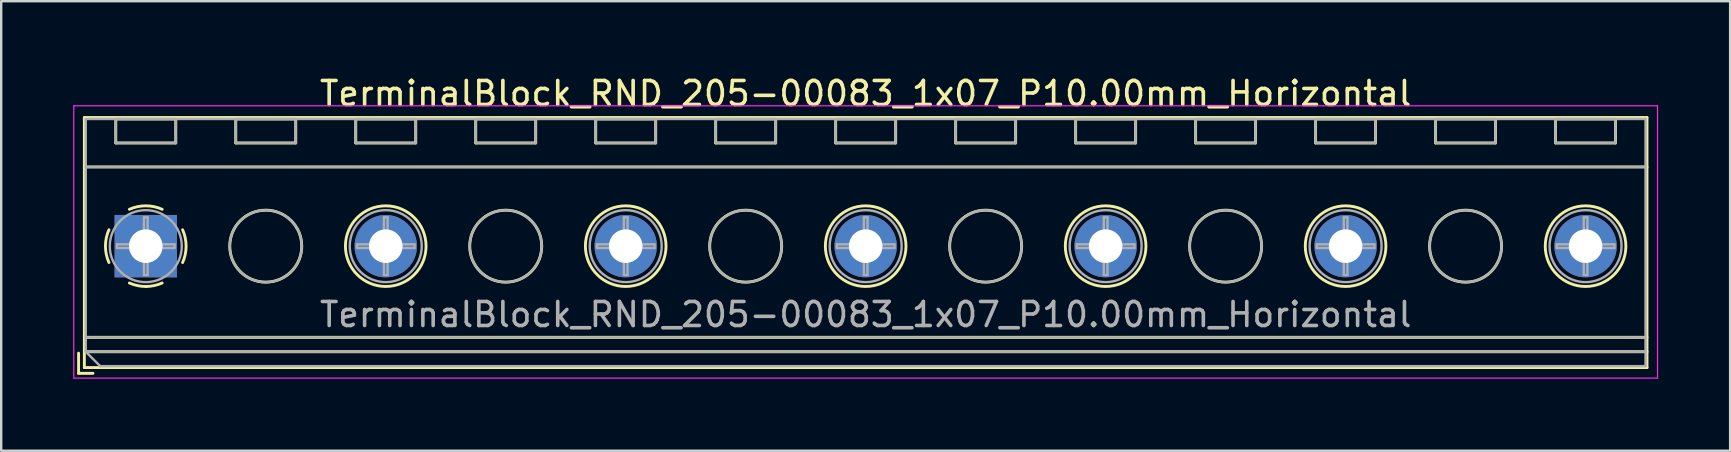
<source format=kicad_pcb>
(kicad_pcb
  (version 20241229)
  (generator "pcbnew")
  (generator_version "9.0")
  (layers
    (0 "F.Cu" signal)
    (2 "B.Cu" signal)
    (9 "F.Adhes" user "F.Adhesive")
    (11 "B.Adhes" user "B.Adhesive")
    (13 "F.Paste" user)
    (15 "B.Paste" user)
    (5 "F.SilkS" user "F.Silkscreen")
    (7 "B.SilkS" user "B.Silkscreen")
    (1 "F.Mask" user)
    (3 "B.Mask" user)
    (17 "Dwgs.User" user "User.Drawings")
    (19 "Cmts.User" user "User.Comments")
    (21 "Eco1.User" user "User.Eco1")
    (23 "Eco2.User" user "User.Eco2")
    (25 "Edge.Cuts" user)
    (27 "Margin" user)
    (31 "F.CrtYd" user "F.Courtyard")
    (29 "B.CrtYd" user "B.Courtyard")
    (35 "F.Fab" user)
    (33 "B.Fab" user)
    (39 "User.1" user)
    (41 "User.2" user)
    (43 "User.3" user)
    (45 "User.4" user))
  (footprint "TerminalBlock_RND_205-00083_1x07_P10.00mm_Horizontal"
    (layer "F.Cu")
    (at 3.025 7.208)
    (property "Reference" "TerminalBlock_RND_205-00083_1x07_P10.00mm_Horizontal" (at 30 -6.36 0) (layer "F.SilkS") (effects (font (size 1 1) (thickness 0.15))))
    (attr through_hole)
    (fp_line (start -2.8 4.46) (end -2.8 5.3) (stroke (width 0.12) (type solid)) (layer "F.SilkS"))
    (fp_line (start -2.8 5.3) (end -2.2 5.3) (stroke (width 0.12) (type solid)) (layer "F.SilkS"))
    (fp_line (start -2.56 -5.36) (end -2.56 5.06) (stroke (width 0.12) (type solid)) (layer "F.SilkS"))
    (fp_line (start -2.56 -5.36) (end 62.56 -5.36) (stroke (width 0.12) (type solid)) (layer "F.SilkS"))
    (fp_line (start -2.56 -3.301) (end 62.56 -3.301) (stroke (width 0.12) (type solid)) (layer "F.SilkS"))
    (fp_line (start -2.56 3.8) (end 62.56 3.8) (stroke (width 0.12) (type solid)) (layer "F.SilkS"))
    (fp_line (start -2.56 4.4) (end 62.56 4.4) (stroke (width 0.12) (type solid)) (layer "F.SilkS"))
    (fp_line (start -2.56 5.06) (end 62.56 5.06) (stroke (width 0.12) (type solid)) (layer "F.SilkS"))
    (fp_line (start -1.25 -5.301) (end -1.25 -4.301) (stroke (width 0.12) (type solid)) (layer "F.SilkS"))
    (fp_line (start -1.25 -5.301) (end 1.25 -5.301) (stroke (width 0.12) (type solid)) (layer "F.SilkS"))
    (fp_line (start -1.25 -4.301) (end 1.25 -4.301) (stroke (width 0.12) (type solid)) (layer "F.SilkS"))
    (fp_line (start 1.25 -5.301) (end 1.25 -4.301) (stroke (width 0.12) (type solid)) (layer "F.SilkS"))
    (fp_line (start 3.75 -5.301) (end 3.75 -4.301) (stroke (width 0.12) (type solid)) (layer "F.SilkS"))
    (fp_line (start 3.75 -5.301) (end 6.25 -5.301) (stroke (width 0.12) (type solid)) (layer "F.SilkS"))
    (fp_line (start 3.75 -4.301) (end 6.25 -4.301) (stroke (width 0.12) (type solid)) (layer "F.SilkS"))
    (fp_line (start 6.25 -5.301) (end 6.25 -4.301) (stroke (width 0.12) (type solid)) (layer "F.SilkS"))
    (fp_line (start 8.75 -5.301) (end 8.75 -4.301) (stroke (width 0.12) (type solid)) (layer "F.SilkS"))
    (fp_line (start 8.75 -5.301) (end 11.25 -5.301) (stroke (width 0.12) (type solid)) (layer "F.SilkS"))
    (fp_line (start 8.75 -4.301) (end 11.25 -4.301) (stroke (width 0.12) (type solid)) (layer "F.SilkS"))
    (fp_line (start 11.25 -5.301) (end 11.25 -4.301) (stroke (width 0.12) (type solid)) (layer "F.SilkS"))
    (fp_line (start 13.75 -5.301) (end 13.75 -4.301) (stroke (width 0.12) (type solid)) (layer "F.SilkS"))
    (fp_line (start 13.75 -5.301) (end 16.25 -5.301) (stroke (width 0.12) (type solid)) (layer "F.SilkS"))
    (fp_line (start 13.75 -4.301) (end 16.25 -4.301) (stroke (width 0.12) (type solid)) (layer "F.SilkS"))
    (fp_line (start 16.25 -5.301) (end 16.25 -4.301) (stroke (width 0.12) (type solid)) (layer "F.SilkS"))
    (fp_line (start 18.75 -5.301) (end 18.75 -4.301) (stroke (width 0.12) (type solid)) (layer "F.SilkS"))
    (fp_line (start 18.75 -5.301) (end 21.25 -5.301) (stroke (width 0.12) (type solid)) (layer "F.SilkS"))
    (fp_line (start 18.75 -4.301) (end 21.25 -4.301) (stroke (width 0.12) (type solid)) (layer "F.SilkS"))
    (fp_line (start 21.25 -5.301) (end 21.25 -4.301) (stroke (width 0.12) (type solid)) (layer "F.SilkS"))
    (fp_line (start 23.75 -5.301) (end 23.75 -4.301) (stroke (width 0.12) (type solid)) (layer "F.SilkS"))
    (fp_line (start 23.75 -5.301) (end 26.25 -5.301) (stroke (width 0.12) (type solid)) (layer "F.SilkS"))
    (fp_line (start 23.75 -4.301) (end 26.25 -4.301) (stroke (width 0.12) (type solid)) (layer "F.SilkS"))
    (fp_line (start 26.25 -5.301) (end 26.25 -4.301) (stroke (width 0.12) (type solid)) (layer "F.SilkS"))
    (fp_line (start 28.75 -5.301) (end 28.75 -4.301) (stroke (width 0.12) (type solid)) (layer "F.SilkS"))
    (fp_line (start 28.75 -5.301) (end 31.25 -5.301) (stroke (width 0.12) (type solid)) (layer "F.SilkS"))
    (fp_line (start 28.75 -4.301) (end 31.25 -4.301) (stroke (width 0.12) (type solid)) (layer "F.SilkS"))
    (fp_line (start 31.25 -5.301) (end 31.25 -4.301) (stroke (width 0.12) (type solid)) (layer "F.SilkS"))
    (fp_line (start 33.75 -5.301) (end 33.75 -4.301) (stroke (width 0.12) (type solid)) (layer "F.SilkS"))
    (fp_line (start 33.75 -5.301) (end 36.25 -5.301) (stroke (width 0.12) (type solid)) (layer "F.SilkS"))
    (fp_line (start 33.75 -4.301) (end 36.25 -4.301) (stroke (width 0.12) (type solid)) (layer "F.SilkS"))
    (fp_line (start 36.25 -5.301) (end 36.25 -4.301) (stroke (width 0.12) (type solid)) (layer "F.SilkS"))
    (fp_line (start 38.75 -5.301) (end 38.75 -4.301) (stroke (width 0.12) (type solid)) (layer "F.SilkS"))
    (fp_line (start 38.75 -5.301) (end 41.25 -5.301) (stroke (width 0.12) (type solid)) (layer "F.SilkS"))
    (fp_line (start 38.75 -4.301) (end 41.25 -4.301) (stroke (width 0.12) (type solid)) (layer "F.SilkS"))
    (fp_line (start 41.25 -5.301) (end 41.25 -4.301) (stroke (width 0.12) (type solid)) (layer "F.SilkS"))
    (fp_line (start 43.75 -5.301) (end 43.75 -4.301) (stroke (width 0.12) (type solid)) (layer "F.SilkS"))
    (fp_line (start 43.75 -5.301) (end 46.25 -5.301) (stroke (width 0.12) (type solid)) (layer "F.SilkS"))
    (fp_line (start 43.75 -4.301) (end 46.25 -4.301) (stroke (width 0.12) (type solid)) (layer "F.SilkS"))
    (fp_line (start 46.25 -5.301) (end 46.25 -4.301) (stroke (width 0.12) (type solid)) (layer "F.SilkS"))
    (fp_line (start 48.75 -5.301) (end 48.75 -4.301) (stroke (width 0.12) (type solid)) (layer "F.SilkS"))
    (fp_line (start 48.75 -5.301) (end 51.25 -5.301) (stroke (width 0.12) (type solid)) (layer "F.SilkS"))
    (fp_line (start 48.75 -4.301) (end 51.25 -4.301) (stroke (width 0.12) (type solid)) (layer "F.SilkS"))
    (fp_line (start 51.25 -5.301) (end 51.25 -4.301) (stroke (width 0.12) (type solid)) (layer "F.SilkS"))
    (fp_line (start 53.75 -5.301) (end 53.75 -4.301) (stroke (width 0.12) (type solid)) (layer "F.SilkS"))
    (fp_line (start 53.75 -5.301) (end 56.25 -5.301) (stroke (width 0.12) (type solid)) (layer "F.SilkS"))
    (fp_line (start 53.75 -4.301) (end 56.25 -4.301) (stroke (width 0.12) (type solid)) (layer "F.SilkS"))
    (fp_line (start 56.25 -5.301) (end 56.25 -4.301) (stroke (width 0.12) (type solid)) (layer "F.SilkS"))
    (fp_line (start 58.75 -5.301) (end 58.75 -4.301) (stroke (width 0.12) (type solid)) (layer "F.SilkS"))
    (fp_line (start 58.75 -5.301) (end 61.25 -5.301) (stroke (width 0.12) (type solid)) (layer "F.SilkS"))
    (fp_line (start 58.75 -4.301) (end 61.25 -4.301) (stroke (width 0.12) (type solid)) (layer "F.SilkS"))
    (fp_line (start 61.25 -5.301) (end 61.25 -4.301) (stroke (width 0.12) (type solid)) (layer "F.SilkS"))
    (fp_line (start 62.56 -5.36) (end 62.56 5.06) (stroke (width 0.12) (type solid)) (layer "F.SilkS"))
    (fp_arc (start -1.535427 0.683042) (mid -1.680501 -0.000524) (end -1.535 -0.684) (stroke (width 0.12) (type solid)) (layer "F.SilkS"))
    (fp_arc (start -0.683042 -1.535427) (mid 0.000524 -1.680501) (end 0.684 -1.535) (stroke (width 0.12) (type solid)) (layer "F.SilkS"))
    (fp_arc (start 0.028805 1.680253) (mid -0.335551 1.646659) (end -0.684 1.535) (stroke (width 0.12) (type solid)) (layer "F.SilkS"))
    (fp_arc (start 0.683318 1.534756) (mid 0.349292 1.643288) (end 0 1.68) (stroke (width 0.12) (type solid)) (layer "F.SilkS"))
    (fp_arc (start 1.535427 -0.683042) (mid 1.680501 0.000524) (end 1.535 0.684) (stroke (width 0.12) (type solid)) (layer "F.SilkS"))
    (fp_circle (center 5 0) (end 6.5 0) (stroke (width 0.12) (type solid)) (fill no) (layer "F.SilkS"))
    (fp_circle (center 10 0) (end 11.68 0) (stroke (width 0.12) (type solid)) (fill no) (layer "F.SilkS"))
    (fp_circle (center 15 0) (end 16.5 0) (stroke (width 0.12) (type solid)) (fill no) (layer "F.SilkS"))
    (fp_circle (center 20 0) (end 21.68 0) (stroke (width 0.12) (type solid)) (fill no) (layer "F.SilkS"))
    (fp_circle (center 25 0) (end 26.5 0) (stroke (width 0.12) (type solid)) (fill no) (layer "F.SilkS"))
    (fp_circle (center 30 0) (end 31.68 0) (stroke (width 0.12) (type solid)) (fill no) (layer "F.SilkS"))
    (fp_circle (center 35 0) (end 36.5 0) (stroke (width 0.12) (type solid)) (fill no) (layer "F.SilkS"))
    (fp_circle (center 40 0) (end 41.68 0) (stroke (width 0.12) (type solid)) (fill no) (layer "F.SilkS"))
    (fp_circle (center 45 0) (end 46.5 0) (stroke (width 0.12) (type solid)) (fill no) (layer "F.SilkS"))
    (fp_circle (center 50 0) (end 51.68 0) (stroke (width 0.12) (type solid)) (fill no) (layer "F.SilkS"))
    (fp_circle (center 55 0) (end 56.5 0) (stroke (width 0.12) (type solid)) (fill no) (layer "F.SilkS"))
    (fp_circle (center 60 0) (end 61.68 0) (stroke (width 0.12) (type solid)) (fill no) (layer "F.SilkS"))
    (fp_line (start -3 -5.85) (end -3 5.5) (stroke (width 0.05) (type solid)) (layer "F.CrtYd"))
    (fp_line (start -3 5.5) (end 63 5.5) (stroke (width 0.05) (type solid)) (layer "F.CrtYd"))
    (fp_line (start 63 -5.85) (end -3 -5.85) (stroke (width 0.05) (type solid)) (layer "F.CrtYd"))
    (fp_line (start 63 5.5) (end 63 -5.85) (stroke (width 0.05) (type solid)) (layer "F.CrtYd"))
    (fp_line (start -2.5 -5.3) (end 62.5 -5.3) (stroke (width 0.1) (type solid)) (layer "F.Fab"))
    (fp_line (start -2.5 -3.3) (end 62.5 -3.3) (stroke (width 0.1) (type solid)) (layer "F.Fab"))
    (fp_line (start -2.5 3.8) (end 62.5 3.8) (stroke (width 0.1) (type solid)) (layer "F.Fab"))
    (fp_line (start -2.5 4.4) (end -2.5 -5.3) (stroke (width 0.1) (type solid)) (layer "F.Fab"))
    (fp_line (start -2.5 4.4) (end 62.5 4.4) (stroke (width 0.1) (type solid)) (layer "F.Fab"))
    (fp_line (start -1.9 5) (end -2.5 4.4) (stroke (width 0.1) (type solid)) (layer "F.Fab"))
    (fp_line (start -1.25 -5.3) (end -1.25 -4.3) (stroke (width 0.1) (type solid)) (layer "F.Fab"))
    (fp_line (start -1.25 -4.3) (end 1.25 -4.3) (stroke (width 0.1) (type solid)) (layer "F.Fab"))
    (fp_line (start -1.201 -0.076) (end -0.076 -0.076) (stroke (width 0.1) (type solid)) (layer "F.Fab"))
    (fp_line (start -1.201 0.076) (end -1.201 -0.076) (stroke (width 0.1) (type solid)) (layer "F.Fab"))
    (fp_line (start -0.076 -1.201) (end 0.076 -1.201) (stroke (width 0.1) (type solid)) (layer "F.Fab"))
    (fp_line (start -0.076 -0.076) (end -0.076 -1.201) (stroke (width 0.1) (type solid)) (layer "F.Fab"))
    (fp_line (start -0.076 0.076) (end -1.201 0.076) (stroke (width 0.1) (type solid)) (layer "F.Fab"))
    (fp_line (start -0.076 1.201) (end -0.076 0.076) (stroke (width 0.1) (type solid)) (layer "F.Fab"))
    (fp_line (start 0.076 -1.201) (end 0.076 -0.076) (stroke (width 0.1) (type solid)) (layer "F.Fab"))
    (fp_line (start 0.076 -0.076) (end 1.201 -0.076) (stroke (width 0.1) (type solid)) (layer "F.Fab"))
    (fp_line (start 0.076 0.076) (end 0.076 1.201) (stroke (width 0.1) (type solid)) (layer "F.Fab"))
    (fp_line (start 0.076 1.201) (end -0.076 1.201) (stroke (width 0.1) (type solid)) (layer "F.Fab"))
    (fp_line (start 1.201 -0.076) (end 1.201 0.076) (stroke (width 0.1) (type solid)) (layer "F.Fab"))
    (fp_line (start 1.201 0.076) (end 0.076 0.076) (stroke (width 0.1) (type solid)) (layer "F.Fab"))
    (fp_line (start 1.25 -5.3) (end -1.25 -5.3) (stroke (width 0.1) (type solid)) (layer "F.Fab"))
    (fp_line (start 1.25 -4.3) (end 1.25 -5.3) (stroke (width 0.1) (type solid)) (layer "F.Fab"))
    (fp_line (start 3.75 -5.3) (end 3.75 -4.3) (stroke (width 0.1) (type solid)) (layer "F.Fab"))
    (fp_line (start 3.75 -4.3) (end 6.25 -4.3) (stroke (width 0.1) (type solid)) (layer "F.Fab"))
    (fp_line (start 6.25 -5.3) (end 3.75 -5.3) (stroke (width 0.1) (type solid)) (layer "F.Fab"))
    (fp_line (start 6.25 -4.3) (end 6.25 -5.3) (stroke (width 0.1) (type solid)) (layer "F.Fab"))
    (fp_line (start 8.75 -5.3) (end 8.75 -4.3) (stroke (width 0.1) (type solid)) (layer "F.Fab"))
    (fp_line (start 8.75 -4.3) (end 11.25 -4.3) (stroke (width 0.1) (type solid)) (layer "F.Fab"))
    (fp_line (start 8.799 -0.076) (end 9.924 -0.076) (stroke (width 0.1) (type solid)) (layer "F.Fab"))
    (fp_line (start 8.799 0.076) (end 8.799 -0.076) (stroke (width 0.1) (type solid)) (layer "F.Fab"))
    (fp_line (start 9.924 -1.201) (end 10.076 -1.201) (stroke (width 0.1) (type solid)) (layer "F.Fab"))
    (fp_line (start 9.924 -0.076) (end 9.924 -1.201) (stroke (width 0.1) (type solid)) (layer "F.Fab"))
    (fp_line (start 9.924 0.076) (end 8.799 0.076) (stroke (width 0.1) (type solid)) (layer "F.Fab"))
    (fp_line (start 9.924 1.201) (end 9.924 0.076) (stroke (width 0.1) (type solid)) (layer "F.Fab"))
    (fp_line (start 10.076 -1.201) (end 10.076 -0.076) (stroke (width 0.1) (type solid)) (layer "F.Fab"))
    (fp_line (start 10.076 -0.076) (end 11.201 -0.076) (stroke (width 0.1) (type solid)) (layer "F.Fab"))
    (fp_line (start 10.076 0.076) (end 10.076 1.201) (stroke (width 0.1) (type solid)) (layer "F.Fab"))
    (fp_line (start 10.076 1.201) (end 9.924 1.201) (stroke (width 0.1) (type solid)) (layer "F.Fab"))
    (fp_line (start 11.201 -0.076) (end 11.201 0.076) (stroke (width 0.1) (type solid)) (layer "F.Fab"))
    (fp_line (start 11.201 0.076) (end 10.076 0.076) (stroke (width 0.1) (type solid)) (layer "F.Fab"))
    (fp_line (start 11.25 -5.3) (end 8.75 -5.3) (stroke (width 0.1) (type solid)) (layer "F.Fab"))
    (fp_line (start 11.25 -4.3) (end 11.25 -5.3) (stroke (width 0.1) (type solid)) (layer "F.Fab"))
    (fp_line (start 13.75 -5.3) (end 13.75 -4.3) (stroke (width 0.1) (type solid)) (layer "F.Fab"))
    (fp_line (start 13.75 -4.3) (end 16.25 -4.3) (stroke (width 0.1) (type solid)) (layer "F.Fab"))
    (fp_line (start 16.25 -5.3) (end 13.75 -5.3) (stroke (width 0.1) (type solid)) (layer "F.Fab"))
    (fp_line (start 16.25 -4.3) (end 16.25 -5.3) (stroke (width 0.1) (type solid)) (layer "F.Fab"))
    (fp_line (start 18.75 -5.3) (end 18.75 -4.3) (stroke (width 0.1) (type solid)) (layer "F.Fab"))
    (fp_line (start 18.75 -4.3) (end 21.25 -4.3) (stroke (width 0.1) (type solid)) (layer "F.Fab"))
    (fp_line (start 18.799 -0.076) (end 19.924 -0.076) (stroke (width 0.1) (type solid)) (layer "F.Fab"))
    (fp_line (start 18.799 0.076) (end 18.799 -0.076) (stroke (width 0.1) (type solid)) (layer "F.Fab"))
    (fp_line (start 19.924 -1.201) (end 20.076 -1.201) (stroke (width 0.1) (type solid)) (layer "F.Fab"))
    (fp_line (start 19.924 -0.076) (end 19.924 -1.201) (stroke (width 0.1) (type solid)) (layer "F.Fab"))
    (fp_line (start 19.924 0.076) (end 18.799 0.076) (stroke (width 0.1) (type solid)) (layer "F.Fab"))
    (fp_line (start 19.924 1.201) (end 19.924 0.076) (stroke (width 0.1) (type solid)) (layer "F.Fab"))
    (fp_line (start 20.076 -1.201) (end 20.076 -0.076) (stroke (width 0.1) (type solid)) (layer "F.Fab"))
    (fp_line (start 20.076 -0.076) (end 21.201 -0.076) (stroke (width 0.1) (type solid)) (layer "F.Fab"))
    (fp_line (start 20.076 0.076) (end 20.076 1.201) (stroke (width 0.1) (type solid)) (layer "F.Fab"))
    (fp_line (start 20.076 1.201) (end 19.924 1.201) (stroke (width 0.1) (type solid)) (layer "F.Fab"))
    (fp_line (start 21.201 -0.076) (end 21.201 0.076) (stroke (width 0.1) (type solid)) (layer "F.Fab"))
    (fp_line (start 21.201 0.076) (end 20.076 0.076) (stroke (width 0.1) (type solid)) (layer "F.Fab"))
    (fp_line (start 21.25 -5.3) (end 18.75 -5.3) (stroke (width 0.1) (type solid)) (layer "F.Fab"))
    (fp_line (start 21.25 -4.3) (end 21.25 -5.3) (stroke (width 0.1) (type solid)) (layer "F.Fab"))
    (fp_line (start 23.75 -5.3) (end 23.75 -4.3) (stroke (width 0.1) (type solid)) (layer "F.Fab"))
    (fp_line (start 23.75 -4.3) (end 26.25 -4.3) (stroke (width 0.1) (type solid)) (layer "F.Fab"))
    (fp_line (start 26.25 -5.3) (end 23.75 -5.3) (stroke (width 0.1) (type solid)) (layer "F.Fab"))
    (fp_line (start 26.25 -4.3) (end 26.25 -5.3) (stroke (width 0.1) (type solid)) (layer "F.Fab"))
    (fp_line (start 28.75 -5.3) (end 28.75 -4.3) (stroke (width 0.1) (type solid)) (layer "F.Fab"))
    (fp_line (start 28.75 -4.3) (end 31.25 -4.3) (stroke (width 0.1) (type solid)) (layer "F.Fab"))
    (fp_line (start 28.799 -0.076) (end 29.924 -0.076) (stroke (width 0.1) (type solid)) (layer "F.Fab"))
    (fp_line (start 28.799 0.076) (end 28.799 -0.076) (stroke (width 0.1) (type solid)) (layer "F.Fab"))
    (fp_line (start 29.924 -1.201) (end 30.076 -1.201) (stroke (width 0.1) (type solid)) (layer "F.Fab"))
    (fp_line (start 29.924 -0.076) (end 29.924 -1.201) (stroke (width 0.1) (type solid)) (layer "F.Fab"))
    (fp_line (start 29.924 0.076) (end 28.799 0.076) (stroke (width 0.1) (type solid)) (layer "F.Fab"))
    (fp_line (start 29.924 1.201) (end 29.924 0.076) (stroke (width 0.1) (type solid)) (layer "F.Fab"))
    (fp_line (start 30.076 -1.201) (end 30.076 -0.076) (stroke (width 0.1) (type solid)) (layer "F.Fab"))
    (fp_line (start 30.076 -0.076) (end 31.201 -0.076) (stroke (width 0.1) (type solid)) (layer "F.Fab"))
    (fp_line (start 30.076 0.076) (end 30.076 1.201) (stroke (width 0.1) (type solid)) (layer "F.Fab"))
    (fp_line (start 30.076 1.201) (end 29.924 1.201) (stroke (width 0.1) (type solid)) (layer "F.Fab"))
    (fp_line (start 31.201 -0.076) (end 31.201 0.076) (stroke (width 0.1) (type solid)) (layer "F.Fab"))
    (fp_line (start 31.201 0.076) (end 30.076 0.076) (stroke (width 0.1) (type solid)) (layer "F.Fab"))
    (fp_line (start 31.25 -5.3) (end 28.75 -5.3) (stroke (width 0.1) (type solid)) (layer "F.Fab"))
    (fp_line (start 31.25 -4.3) (end 31.25 -5.3) (stroke (width 0.1) (type solid)) (layer "F.Fab"))
    (fp_line (start 33.75 -5.3) (end 33.75 -4.3) (stroke (width 0.1) (type solid)) (layer "F.Fab"))
    (fp_line (start 33.75 -4.3) (end 36.25 -4.3) (stroke (width 0.1) (type solid)) (layer "F.Fab"))
    (fp_line (start 36.25 -5.3) (end 33.75 -5.3) (stroke (width 0.1) (type solid)) (layer "F.Fab"))
    (fp_line (start 36.25 -4.3) (end 36.25 -5.3) (stroke (width 0.1) (type solid)) (layer "F.Fab"))
    (fp_line (start 38.75 -5.3) (end 38.75 -4.3) (stroke (width 0.1) (type solid)) (layer "F.Fab"))
    (fp_line (start 38.75 -4.3) (end 41.25 -4.3) (stroke (width 0.1) (type solid)) (layer "F.Fab"))
    (fp_line (start 38.799 -0.076) (end 39.924 -0.076) (stroke (width 0.1) (type solid)) (layer "F.Fab"))
    (fp_line (start 38.799 0.076) (end 38.799 -0.076) (stroke (width 0.1) (type solid)) (layer "F.Fab"))
    (fp_line (start 39.924 -1.201) (end 40.076 -1.201) (stroke (width 0.1) (type solid)) (layer "F.Fab"))
    (fp_line (start 39.924 -0.076) (end 39.924 -1.201) (stroke (width 0.1) (type solid)) (layer "F.Fab"))
    (fp_line (start 39.924 0.076) (end 38.799 0.076) (stroke (width 0.1) (type solid)) (layer "F.Fab"))
    (fp_line (start 39.924 1.201) (end 39.924 0.076) (stroke (width 0.1) (type solid)) (layer "F.Fab"))
    (fp_line (start 40.076 -1.201) (end 40.076 -0.076) (stroke (width 0.1) (type solid)) (layer "F.Fab"))
    (fp_line (start 40.076 -0.076) (end 41.201 -0.076) (stroke (width 0.1) (type solid)) (layer "F.Fab"))
    (fp_line (start 40.076 0.076) (end 40.076 1.201) (stroke (width 0.1) (type solid)) (layer "F.Fab"))
    (fp_line (start 40.076 1.201) (end 39.924 1.201) (stroke (width 0.1) (type solid)) (layer "F.Fab"))
    (fp_line (start 41.201 -0.076) (end 41.201 0.076) (stroke (width 0.1) (type solid)) (layer "F.Fab"))
    (fp_line (start 41.201 0.076) (end 40.076 0.076) (stroke (width 0.1) (type solid)) (layer "F.Fab"))
    (fp_line (start 41.25 -5.3) (end 38.75 -5.3) (stroke (width 0.1) (type solid)) (layer "F.Fab"))
    (fp_line (start 41.25 -4.3) (end 41.25 -5.3) (stroke (width 0.1) (type solid)) (layer "F.Fab"))
    (fp_line (start 43.75 -5.3) (end 43.75 -4.3) (stroke (width 0.1) (type solid)) (layer "F.Fab"))
    (fp_line (start 43.75 -4.3) (end 46.25 -4.3) (stroke (width 0.1) (type solid)) (layer "F.Fab"))
    (fp_line (start 46.25 -5.3) (end 43.75 -5.3) (stroke (width 0.1) (type solid)) (layer "F.Fab"))
    (fp_line (start 46.25 -4.3) (end 46.25 -5.3) (stroke (width 0.1) (type solid)) (layer "F.Fab"))
    (fp_line (start 48.75 -5.3) (end 48.75 -4.3) (stroke (width 0.1) (type solid)) (layer "F.Fab"))
    (fp_line (start 48.75 -4.3) (end 51.25 -4.3) (stroke (width 0.1) (type solid)) (layer "F.Fab"))
    (fp_line (start 48.799 -0.076) (end 49.924 -0.076) (stroke (width 0.1) (type solid)) (layer "F.Fab"))
    (fp_line (start 48.799 0.076) (end 48.799 -0.076) (stroke (width 0.1) (type solid)) (layer "F.Fab"))
    (fp_line (start 49.924 -1.201) (end 50.076 -1.201) (stroke (width 0.1) (type solid)) (layer "F.Fab"))
    (fp_line (start 49.924 -0.076) (end 49.924 -1.201) (stroke (width 0.1) (type solid)) (layer "F.Fab"))
    (fp_line (start 49.924 0.076) (end 48.799 0.076) (stroke (width 0.1) (type solid)) (layer "F.Fab"))
    (fp_line (start 49.924 1.201) (end 49.924 0.076) (stroke (width 0.1) (type solid)) (layer "F.Fab"))
    (fp_line (start 50.076 -1.201) (end 50.076 -0.076) (stroke (width 0.1) (type solid)) (layer "F.Fab"))
    (fp_line (start 50.076 -0.076) (end 51.201 -0.076) (stroke (width 0.1) (type solid)) (layer "F.Fab"))
    (fp_line (start 50.076 0.076) (end 50.076 1.201) (stroke (width 0.1) (type solid)) (layer "F.Fab"))
    (fp_line (start 50.076 1.201) (end 49.924 1.201) (stroke (width 0.1) (type solid)) (layer "F.Fab"))
    (fp_line (start 51.201 -0.076) (end 51.201 0.076) (stroke (width 0.1) (type solid)) (layer "F.Fab"))
    (fp_line (start 51.201 0.076) (end 50.076 0.076) (stroke (width 0.1) (type solid)) (layer "F.Fab"))
    (fp_line (start 51.25 -5.3) (end 48.75 -5.3) (stroke (width 0.1) (type solid)) (layer "F.Fab"))
    (fp_line (start 51.25 -4.3) (end 51.25 -5.3) (stroke (width 0.1) (type solid)) (layer "F.Fab"))
    (fp_line (start 53.75 -5.3) (end 53.75 -4.3) (stroke (width 0.1) (type solid)) (layer "F.Fab"))
    (fp_line (start 53.75 -4.3) (end 56.25 -4.3) (stroke (width 0.1) (type solid)) (layer "F.Fab"))
    (fp_line (start 56.25 -5.3) (end 53.75 -5.3) (stroke (width 0.1) (type solid)) (layer "F.Fab"))
    (fp_line (start 56.25 -4.3) (end 56.25 -5.3) (stroke (width 0.1) (type solid)) (layer "F.Fab"))
    (fp_line (start 58.75 -5.3) (end 58.75 -4.3) (stroke (width 0.1) (type solid)) (layer "F.Fab"))
    (fp_line (start 58.75 -4.3) (end 61.25 -4.3) (stroke (width 0.1) (type solid)) (layer "F.Fab"))
    (fp_line (start 58.799 -0.076) (end 59.924 -0.076) (stroke (width 0.1) (type solid)) (layer "F.Fab"))
    (fp_line (start 58.799 0.076) (end 58.799 -0.076) (stroke (width 0.1) (type solid)) (layer "F.Fab"))
    (fp_line (start 59.924 -1.201) (end 60.076 -1.201) (stroke (width 0.1) (type solid)) (layer "F.Fab"))
    (fp_line (start 59.924 -0.076) (end 59.924 -1.201) (stroke (width 0.1) (type solid)) (layer "F.Fab"))
    (fp_line (start 59.924 0.076) (end 58.799 0.076) (stroke (width 0.1) (type solid)) (layer "F.Fab"))
    (fp_line (start 59.924 1.201) (end 59.924 0.076) (stroke (width 0.1) (type solid)) (layer "F.Fab"))
    (fp_line (start 60.076 -1.201) (end 60.076 -0.076) (stroke (width 0.1) (type solid)) (layer "F.Fab"))
    (fp_line (start 60.076 -0.076) (end 61.201 -0.076) (stroke (width 0.1) (type solid)) (layer "F.Fab"))
    (fp_line (start 60.076 0.076) (end 60.076 1.201) (stroke (width 0.1) (type solid)) (layer "F.Fab"))
    (fp_line (start 60.076 1.201) (end 59.924 1.201) (stroke (width 0.1) (type solid)) (layer "F.Fab"))
    (fp_line (start 61.201 -0.076) (end 61.201 0.076) (stroke (width 0.1) (type solid)) (layer "F.Fab"))
    (fp_line (start 61.201 0.076) (end 60.076 0.076) (stroke (width 0.1) (type solid)) (layer "F.Fab"))
    (fp_line (start 61.25 -5.3) (end 58.75 -5.3) (stroke (width 0.1) (type solid)) (layer "F.Fab"))
    (fp_line (start 61.25 -4.3) (end 61.25 -5.3) (stroke (width 0.1) (type solid)) (layer "F.Fab"))
    (fp_line (start 62.5 -5.3) (end 62.5 5) (stroke (width 0.1) (type solid)) (layer "F.Fab"))
    (fp_line (start 62.5 5) (end -1.9 5) (stroke (width 0.1) (type solid)) (layer "F.Fab"))
    (fp_circle (center 0 0) (end 1.5 0) (stroke (width 0.1) (type solid)) (fill no) (layer "F.Fab"))
    (fp_circle (center 5 0) (end 6.5 0) (stroke (width 0.1) (type solid)) (fill no) (layer "F.Fab"))
    (fp_circle (center 10 0) (end 11.5 0) (stroke (width 0.1) (type solid)) (fill no) (layer "F.Fab"))
    (fp_circle (center 15 0) (end 16.5 0) (stroke (width 0.1) (type solid)) (fill no) (layer "F.Fab"))
    (fp_circle (center 20 0) (end 21.5 0) (stroke (width 0.1) (type solid)) (fill no) (layer "F.Fab"))
    (fp_circle (center 25 0) (end 26.5 0) (stroke (width 0.1) (type solid)) (fill no) (layer "F.Fab"))
    (fp_circle (center 30 0) (end 31.5 0) (stroke (width 0.1) (type solid)) (fill no) (layer "F.Fab"))
    (fp_circle (center 35 0) (end 36.5 0) (stroke (width 0.1) (type solid)) (fill no) (layer "F.Fab"))
    (fp_circle (center 40 0) (end 41.5 0) (stroke (width 0.1) (type solid)) (fill no) (layer "F.Fab"))
    (fp_circle (center 45 0) (end 46.5 0) (stroke (width 0.1) (type solid)) (fill no) (layer "F.Fab"))
    (fp_circle (center 50 0) (end 51.5 0) (stroke (width 0.1) (type solid)) (fill no) (layer "F.Fab"))
    (fp_circle (center 55 0) (end 56.5 0) (stroke (width 0.1) (type solid)) (fill no) (layer "F.Fab"))
    (fp_circle (center 60 0) (end 61.5 0) (stroke (width 0.1) (type solid)) (fill no) (layer "F.Fab"))
    (fp_text user "${REFERENCE}" (at 30 2.85 0) (layer "F.Fab") (effects (font (size 1 1) (thickness 0.15))))
    (pad "1" thru_hole rect (at 0 0) (size 2.6 2.6) (drill 1.4) (layers "*.Cu" "*.Mask"))
    (pad "2" thru_hole circle (at 10 0) (size 2.6 2.6) (drill 1.4) (layers "*.Cu" "*.Mask"))
    (pad "3" thru_hole circle (at 20 0) (size 2.6 2.6) (drill 1.4) (layers "*.Cu" "*.Mask"))
    (pad "4" thru_hole circle (at 30 0) (size 2.6 2.6) (drill 1.4) (layers "*.Cu" "*.Mask"))
    (pad "5" thru_hole circle (at 40 0) (size 2.6 2.6) (drill 1.4) (layers "*.Cu" "*.Mask"))
    (pad "6" thru_hole circle (at 50 0) (size 2.6 2.6) (drill 1.4) (layers "*.Cu" "*.Mask"))
    (pad "7" thru_hole circle (at 60 0) (size 2.6 2.6) (drill 1.4) (layers "*.Cu" "*.Mask")))
  (gr_rect
    (start -3 -3)
    (end 69.05 15.733)
    (stroke (width 0.1) (type default))
    (fill no)
    (layer "Edge.Cuts")))
</source>
